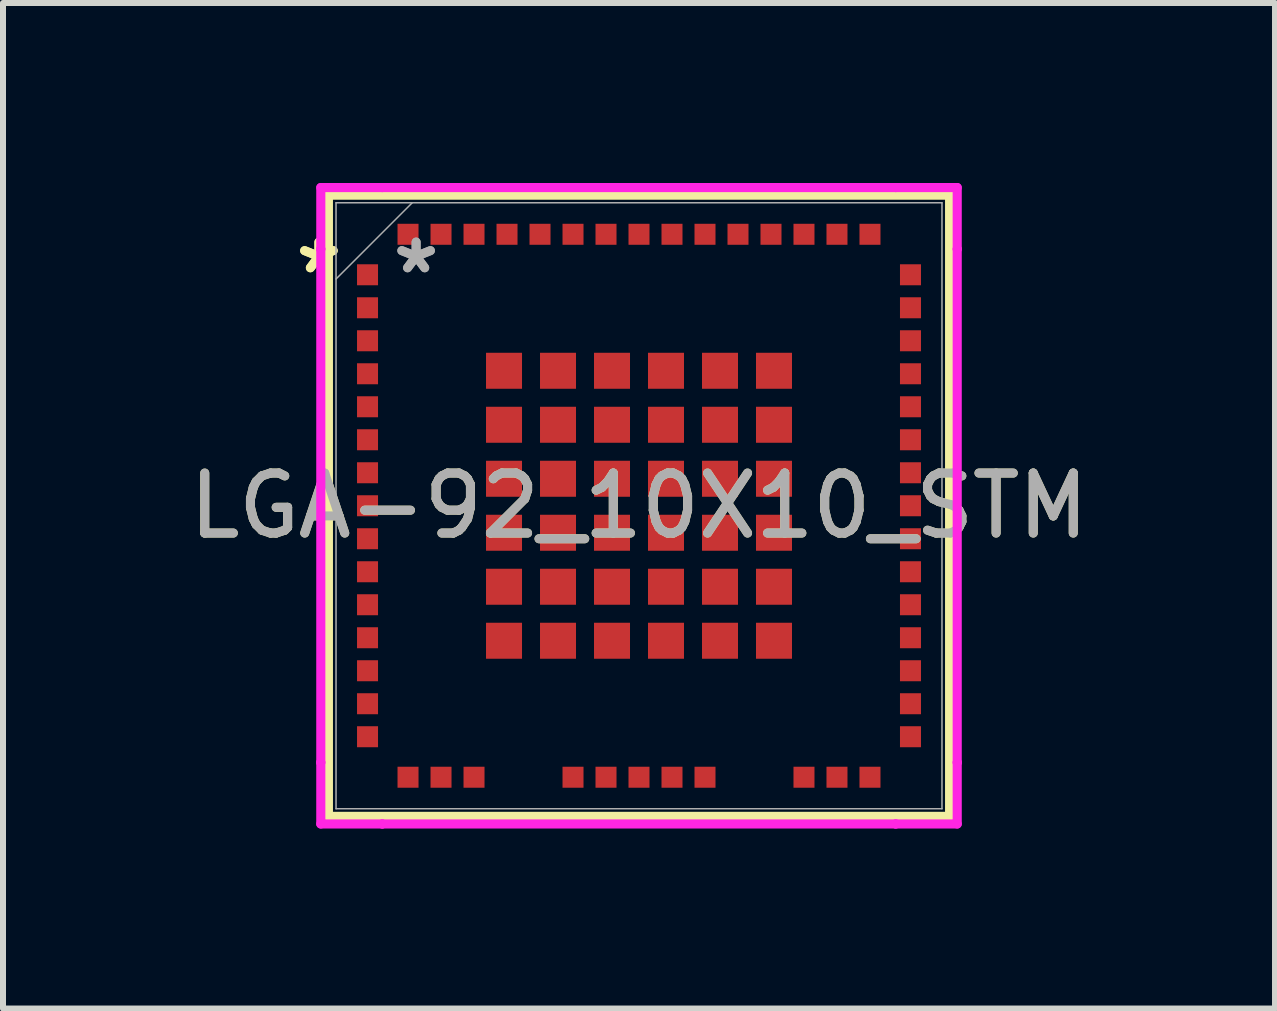
<source format=kicad_pcb>
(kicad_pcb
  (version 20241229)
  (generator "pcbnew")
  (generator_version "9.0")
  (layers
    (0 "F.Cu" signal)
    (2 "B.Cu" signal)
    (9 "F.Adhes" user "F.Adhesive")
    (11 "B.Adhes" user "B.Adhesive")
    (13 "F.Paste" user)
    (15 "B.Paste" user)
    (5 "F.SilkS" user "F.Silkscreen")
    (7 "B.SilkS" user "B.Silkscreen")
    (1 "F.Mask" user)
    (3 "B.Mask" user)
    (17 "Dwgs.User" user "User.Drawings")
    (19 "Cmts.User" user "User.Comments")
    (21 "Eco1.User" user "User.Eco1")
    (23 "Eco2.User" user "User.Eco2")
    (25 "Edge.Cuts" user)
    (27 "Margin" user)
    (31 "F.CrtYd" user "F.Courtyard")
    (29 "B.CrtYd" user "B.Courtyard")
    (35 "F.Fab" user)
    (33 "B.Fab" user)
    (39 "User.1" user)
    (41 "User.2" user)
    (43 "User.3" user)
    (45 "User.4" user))
  (footprint "LGA-92_10X10_STM"
    (layer "F.Cu")
    (at 7.601 5.38)
    (property "Reference" "LGA-92_10X10_STM" (at 0 0 0) (unlocked yes) (layer "F.SilkS") (effects (font (size 1 1) (thickness 0.15))))
    (attr smd)
    (fp_line (start -5.177 -5.177) (end -5.177 5.177) (stroke (width 0.152) (type solid)) (layer "F.SilkS"))
    (fp_line (start -5.177 5.177) (end 5.177 5.177) (stroke (width 0.152) (type solid)) (layer "F.SilkS"))
    (fp_line (start 5.177 -5.177) (end -5.177 -5.177) (stroke (width 0.152) (type solid)) (layer "F.SilkS"))
    (fp_line (start 5.177 5.177) (end 5.177 -5.177) (stroke (width 0.152) (type solid)) (layer "F.SilkS"))
    (fp_line (start -5.304 -5.304) (end -4.279 -5.304) (stroke (width 0.152) (type solid)) (layer "F.CrtYd"))
    (fp_line (start -5.304 -4.279) (end -5.304 -5.304) (stroke (width 0.152) (type solid)) (layer "F.CrtYd"))
    (fp_line (start -5.304 -4.279) (end -5.304 -4.279) (stroke (width 0.152) (type solid)) (layer "F.CrtYd"))
    (fp_line (start -5.304 4.279) (end -5.304 -4.279) (stroke (width 0.152) (type solid)) (layer "F.CrtYd"))
    (fp_line (start -5.304 4.279) (end -5.304 4.279) (stroke (width 0.152) (type solid)) (layer "F.CrtYd"))
    (fp_line (start -5.304 5.304) (end -5.304 4.279) (stroke (width 0.152) (type solid)) (layer "F.CrtYd"))
    (fp_line (start -4.279 -5.304) (end -4.279 -5.304) (stroke (width 0.152) (type solid)) (layer "F.CrtYd"))
    (fp_line (start -4.279 -5.304) (end 4.279 -5.304) (stroke (width 0.152) (type solid)) (layer "F.CrtYd"))
    (fp_line (start -4.279 5.304) (end -5.304 5.304) (stroke (width 0.152) (type solid)) (layer "F.CrtYd"))
    (fp_line (start -4.279 5.304) (end -4.279 5.304) (stroke (width 0.152) (type solid)) (layer "F.CrtYd"))
    (fp_line (start 4.279 -5.304) (end 4.279 -5.304) (stroke (width 0.152) (type solid)) (layer "F.CrtYd"))
    (fp_line (start 4.279 -5.304) (end 5.304 -5.304) (stroke (width 0.152) (type solid)) (layer "F.CrtYd"))
    (fp_line (start 4.279 5.304) (end -4.279 5.304) (stroke (width 0.152) (type solid)) (layer "F.CrtYd"))
    (fp_line (start 4.279 5.304) (end 4.279 5.304) (stroke (width 0.152) (type solid)) (layer "F.CrtYd"))
    (fp_line (start 5.304 -5.304) (end 5.304 -4.279) (stroke (width 0.152) (type solid)) (layer "F.CrtYd"))
    (fp_line (start 5.304 -4.279) (end 5.304 -4.279) (stroke (width 0.152) (type solid)) (layer "F.CrtYd"))
    (fp_line (start 5.304 -4.279) (end 5.304 4.279) (stroke (width 0.152) (type solid)) (layer "F.CrtYd"))
    (fp_line (start 5.304 4.279) (end 5.304 4.279) (stroke (width 0.152) (type solid)) (layer "F.CrtYd"))
    (fp_line (start 5.304 4.279) (end 5.304 5.304) (stroke (width 0.152) (type solid)) (layer "F.CrtYd"))
    (fp_line (start 5.304 5.304) (end 4.279 5.304) (stroke (width 0.152) (type solid)) (layer "F.CrtYd"))
    (fp_line (start -5.05 -5.05) (end -5.05 5.05) (stroke (width 0.025) (type solid)) (layer "F.Fab"))
    (fp_line (start -5.05 -3.78) (end -3.78 -5.05) (stroke (width 0.025) (type solid)) (layer "F.Fab"))
    (fp_line (start -5.05 5.05) (end 5.05 5.05) (stroke (width 0.025) (type solid)) (layer "F.Fab"))
    (fp_line (start 5.05 -5.05) (end -5.05 -5.05) (stroke (width 0.025) (type solid)) (layer "F.Fab"))
    (fp_line (start 5.05 5.05) (end 5.05 -5.05) (stroke (width 0.025) (type solid)) (layer "F.Fab"))
    (fp_text user "*" (at -5.335 -3.85 0) (unlocked yes) (layer "F.SilkS") (effects (font (size 1 1) (thickness 0.15))))
    (fp_text user "*" (at -5.335 -3.85 0) (layer "F.SilkS") (effects (font (size 1 1) (thickness 0.15))))
    (fp_text user "*" (at -3.715 -3.85 0) (unlocked yes) (layer "F.Fab") (effects (font (size 1 1) (thickness 0.15))))
    (fp_text user "*" (at -3.715 -3.85 0) (layer "F.Fab") (effects (font (size 1 1) (thickness 0.15))))
    (fp_text user "${REFERENCE}" (at 0 0 0) (unlocked yes) (layer "F.Fab") (effects (font (size 1 1) (thickness 0.15))))
    (pad "1" smd rect (at -4.525 -3.85) (size 0.35 0.35) (layers "F.Cu" "F.Mask" "F.Paste"))
    (pad "2" smd rect (at -4.525 -3.3) (size 0.35 0.35) (layers "F.Cu" "F.Mask" "F.Paste"))
    (pad "3" smd rect (at -4.525 -2.75) (size 0.35 0.35) (layers "F.Cu" "F.Mask" "F.Paste"))
    (pad "4" smd rect (at -4.525 -2.2) (size 0.35 0.35) (layers "F.Cu" "F.Mask" "F.Paste"))
    (pad "5" smd rect (at -4.525 -1.65) (size 0.35 0.35) (layers "F.Cu" "F.Mask" "F.Paste"))
    (pad "6" smd rect (at -4.525 -1.1) (size 0.35 0.35) (layers "F.Cu" "F.Mask" "F.Paste"))
    (pad "7" smd rect (at -4.525 -0.55) (size 0.35 0.35) (layers "F.Cu" "F.Mask" "F.Paste"))
    (pad "8" smd rect (at -4.525 0) (size 0.35 0.35) (layers "F.Cu" "F.Mask" "F.Paste"))
    (pad "9" smd rect (at -4.525 0.55) (size 0.35 0.35) (layers "F.Cu" "F.Mask" "F.Paste"))
    (pad "10" smd rect (at -4.525 1.1) (size 0.35 0.35) (layers "F.Cu" "F.Mask" "F.Paste"))
    (pad "11" smd rect (at -4.525 1.65) (size 0.35 0.35) (layers "F.Cu" "F.Mask" "F.Paste"))
    (pad "12" smd rect (at -4.525 2.2) (size 0.35 0.35) (layers "F.Cu" "F.Mask" "F.Paste"))
    (pad "13" smd rect (at -4.525 2.75) (size 0.35 0.35) (layers "F.Cu" "F.Mask" "F.Paste"))
    (pad "14" smd rect (at -4.525 3.3) (size 0.35 0.35) (layers "F.Cu" "F.Mask" "F.Paste"))
    (pad "15" smd rect (at -4.525 3.85) (size 0.35 0.35) (layers "F.Cu" "F.Mask" "F.Paste"))
    (pad "16" smd rect (at -3.85 4.525 90) (size 0.35 0.35) (layers "F.Cu" "F.Mask" "F.Paste"))
    (pad "17" smd rect (at -3.3 4.525 90) (size 0.35 0.35) (layers "F.Cu" "F.Mask" "F.Paste"))
    (pad "18" smd rect (at -2.75 4.525 90) (size 0.35 0.35) (layers "F.Cu" "F.Mask" "F.Paste"))
    (pad "19" smd rect (at -1.1 4.525 90) (size 0.35 0.35) (layers "F.Cu" "F.Mask" "F.Paste"))
    (pad "20" smd rect (at -0.55 4.525 90) (size 0.35 0.35) (layers "F.Cu" "F.Mask" "F.Paste"))
    (pad "21" smd rect (at 0 4.525 90) (size 0.35 0.35) (layers "F.Cu" "F.Mask" "F.Paste"))
    (pad "22" smd rect (at 0.55 4.525 90) (size 0.35 0.35) (layers "F.Cu" "F.Mask" "F.Paste"))
    (pad "23" smd rect (at 1.1 4.525 90) (size 0.35 0.35) (layers "F.Cu" "F.Mask" "F.Paste"))
    (pad "24" smd rect (at 2.75 4.525 90) (size 0.35 0.35) (layers "F.Cu" "F.Mask" "F.Paste"))
    (pad "25" smd rect (at 3.3 4.525 90) (size 0.35 0.35) (layers "F.Cu" "F.Mask" "F.Paste"))
    (pad "26" smd rect (at 3.85 4.525 90) (size 0.35 0.35) (layers "F.Cu" "F.Mask" "F.Paste"))
    (pad "27" smd rect (at 4.525 3.85) (size 0.35 0.35) (layers "F.Cu" "F.Mask" "F.Paste"))
    (pad "28" smd rect (at 4.525 3.3) (size 0.35 0.35) (layers "F.Cu" "F.Mask" "F.Paste"))
    (pad "29" smd rect (at 4.525 2.75) (size 0.35 0.35) (layers "F.Cu" "F.Mask" "F.Paste"))
    (pad "30" smd rect (at 4.525 2.2) (size 0.35 0.35) (layers "F.Cu" "F.Mask" "F.Paste"))
    (pad "31" smd rect (at 4.525 1.65) (size 0.35 0.35) (layers "F.Cu" "F.Mask" "F.Paste"))
    (pad "32" smd rect (at 4.525 1.1) (size 0.35 0.35) (layers "F.Cu" "F.Mask" "F.Paste"))
    (pad "33" smd rect (at 4.525 0.55) (size 0.35 0.35) (layers "F.Cu" "F.Mask" "F.Paste"))
    (pad "34" smd rect (at 4.525 0) (size 0.35 0.35) (layers "F.Cu" "F.Mask" "F.Paste"))
    (pad "35" smd rect (at 4.525 -0.55) (size 0.35 0.35) (layers "F.Cu" "F.Mask" "F.Paste"))
    (pad "36" smd rect (at 4.525 -1.1) (size 0.35 0.35) (layers "F.Cu" "F.Mask" "F.Paste"))
    (pad "37" smd rect (at 4.525 -1.65) (size 0.35 0.35) (layers "F.Cu" "F.Mask" "F.Paste"))
    (pad "38" smd rect (at 4.525 -2.2) (size 0.35 0.35) (layers "F.Cu" "F.Mask" "F.Paste"))
    (pad "39" smd rect (at 4.525 -2.75) (size 0.35 0.35) (layers "F.Cu" "F.Mask" "F.Paste"))
    (pad "40" smd rect (at 4.525 -3.3) (size 0.35 0.35) (layers "F.Cu" "F.Mask" "F.Paste"))
    (pad "41" smd rect (at 4.525 -3.85) (size 0.35 0.35) (layers "F.Cu" "F.Mask" "F.Paste"))
    (pad "42" smd rect (at 3.85 -4.525 90) (size 0.35 0.35) (layers "F.Cu" "F.Mask" "F.Paste"))
    (pad "43" smd rect (at 3.3 -4.525 90) (size 0.35 0.35) (layers "F.Cu" "F.Mask" "F.Paste"))
    (pad "44" smd rect (at 2.75 -4.525 90) (size 0.35 0.35) (layers "F.Cu" "F.Mask" "F.Paste"))
    (pad "45" smd rect (at 2.2 -4.525 90) (size 0.35 0.35) (layers "F.Cu" "F.Mask" "F.Paste"))
    (pad "46" smd rect (at 1.65 -4.525 90) (size 0.35 0.35) (layers "F.Cu" "F.Mask" "F.Paste"))
    (pad "47" smd rect (at 1.1 -4.525 90) (size 0.35 0.35) (layers "F.Cu" "F.Mask" "F.Paste"))
    (pad "48" smd rect (at 0.55 -4.525 90) (size 0.35 0.35) (layers "F.Cu" "F.Mask" "F.Paste"))
    (pad "49" smd rect (at 0 -4.525 90) (size 0.35 0.35) (layers "F.Cu" "F.Mask" "F.Paste"))
    (pad "50" smd rect (at -0.55 -4.525 90) (size 0.35 0.35) (layers "F.Cu" "F.Mask" "F.Paste"))
    (pad "51" smd rect (at -1.1 -4.525 90) (size 0.35 0.35) (layers "F.Cu" "F.Mask" "F.Paste"))
    (pad "52" smd rect (at -1.65 -4.525 90) (size 0.35 0.35) (layers "F.Cu" "F.Mask" "F.Paste"))
    (pad "53" smd rect (at -2.2 -4.525 90) (size 0.35 0.35) (layers "F.Cu" "F.Mask" "F.Paste"))
    (pad "54" smd rect (at -2.75 -4.525 90) (size 0.35 0.35) (layers "F.Cu" "F.Mask" "F.Paste"))
    (pad "55" smd rect (at -3.3 -4.525 90) (size 0.35 0.35) (layers "F.Cu" "F.Mask" "F.Paste"))
    (pad "56" smd rect (at -3.85 -4.525 90) (size 0.35 0.35) (layers "F.Cu" "F.Mask" "F.Paste"))
    (pad "57" smd rect (at -2.25 -2.25) (size 0.6 0.6) (layers "F.Cu" "F.Mask" "F.Paste"))
    (pad "58" smd rect (at -2.25 -1.35) (size 0.6 0.6) (layers "F.Cu" "F.Mask" "F.Paste"))
    (pad "59" smd rect (at -2.25 -0.45) (size 0.6 0.6) (layers "F.Cu" "F.Mask" "F.Paste"))
    (pad "60" smd rect (at -2.25 0.45) (size 0.6 0.6) (layers "F.Cu" "F.Mask" "F.Paste"))
    (pad "61" smd rect (at -2.25 1.35) (size 0.6 0.6) (layers "F.Cu" "F.Mask" "F.Paste"))
    (pad "62" smd rect (at -2.25 2.25) (size 0.6 0.6) (layers "F.Cu" "F.Mask" "F.Paste"))
    (pad "63" smd rect (at -1.35 2.25) (size 0.6 0.6) (layers "F.Cu" "F.Mask" "F.Paste"))
    (pad "64" smd rect (at -0.45 2.25) (size 0.6 0.6) (layers "F.Cu" "F.Mask" "F.Paste"))
    (pad "65" smd rect (at 0.45 2.25) (size 0.6 0.6) (layers "F.Cu" "F.Mask" "F.Paste"))
    (pad "66" smd rect (at 1.35 2.25) (size 0.6 0.6) (layers "F.Cu" "F.Mask" "F.Paste"))
    (pad "67" smd rect (at 2.25 2.25) (size 0.6 0.6) (layers "F.Cu" "F.Mask" "F.Paste"))
    (pad "68" smd rect (at 2.25 1.35) (size 0.6 0.6) (layers "F.Cu" "F.Mask" "F.Paste"))
    (pad "69" smd rect (at 2.25 0.45) (size 0.6 0.6) (layers "F.Cu" "F.Mask" "F.Paste"))
    (pad "70" smd rect (at 2.25 -0.45) (size 0.6 0.6) (layers "F.Cu" "F.Mask" "F.Paste"))
    (pad "71" smd rect (at 2.25 -1.35) (size 0.6 0.6) (layers "F.Cu" "F.Mask" "F.Paste"))
    (pad "72" smd rect (at 2.25 -2.25) (size 0.6 0.6) (layers "F.Cu" "F.Mask" "F.Paste"))
    (pad "73" smd rect (at 1.35 -2.25) (size 0.6 0.6) (layers "F.Cu" "F.Mask" "F.Paste"))
    (pad "74" smd rect (at 0.45 -2.25) (size 0.6 0.6) (layers "F.Cu" "F.Mask" "F.Paste"))
    (pad "75" smd rect (at -0.45 -2.25) (size 0.6 0.6) (layers "F.Cu" "F.Mask" "F.Paste"))
    (pad "76" smd rect (at -1.35 -2.25) (size 0.6 0.6) (layers "F.Cu" "F.Mask" "F.Paste"))
    (pad "77" smd rect (at -1.35 -1.35) (size 0.6 0.6) (layers "F.Cu" "F.Mask" "F.Paste"))
    (pad "78" smd rect (at -1.35 -0.45) (size 0.6 0.6) (layers "F.Cu" "F.Mask" "F.Paste"))
    (pad "79" smd rect (at -1.35 0.45) (size 0.6 0.6) (layers "F.Cu" "F.Mask" "F.Paste"))
    (pad "80" smd rect (at -1.35 1.35) (size 0.6 0.6) (layers "F.Cu" "F.Mask" "F.Paste"))
    (pad "81" smd rect (at -0.45 1.35) (size 0.6 0.6) (layers "F.Cu" "F.Mask" "F.Paste"))
    (pad "82" smd rect (at 0.45 1.35) (size 0.6 0.6) (layers "F.Cu" "F.Mask" "F.Paste"))
    (pad "83" smd rect (at 1.35 1.35) (size 0.6 0.6) (layers "F.Cu" "F.Mask" "F.Paste"))
    (pad "84" smd rect (at 1.35 0.45) (size 0.6 0.6) (layers "F.Cu" "F.Mask" "F.Paste"))
    (pad "85" smd rect (at 1.35 -0.45) (size 0.6 0.6) (layers "F.Cu" "F.Mask" "F.Paste"))
    (pad "86" smd rect (at 1.35 -1.35) (size 0.6 0.6) (layers "F.Cu" "F.Mask" "F.Paste"))
    (pad "87" smd rect (at 0.45 -1.35) (size 0.6 0.6) (layers "F.Cu" "F.Mask" "F.Paste"))
    (pad "88" smd rect (at -0.45 -1.35) (size 0.6 0.6) (layers "F.Cu" "F.Mask" "F.Paste"))
    (pad "89" smd rect (at -0.45 -0.45) (size 0.6 0.6) (layers "F.Cu" "F.Mask" "F.Paste"))
    (pad "90" smd rect (at -0.45 0.45) (size 0.6 0.6) (layers "F.Cu" "F.Mask" "F.Paste"))
    (pad "91" smd rect (at 0.45 0.45) (size 0.6 0.6) (layers "F.Cu" "F.Mask" "F.Paste"))
    (pad "92" smd rect (at 0.45 -0.45) (size 0.6 0.6) (layers "F.Cu" "F.Mask" "F.Paste")))
  (gr_rect
    (start -3 -3)
    (end 18.202 13.76)
    (stroke (width 0.1) (type default))
    (fill no)
    (layer "Edge.Cuts")))
</source>
